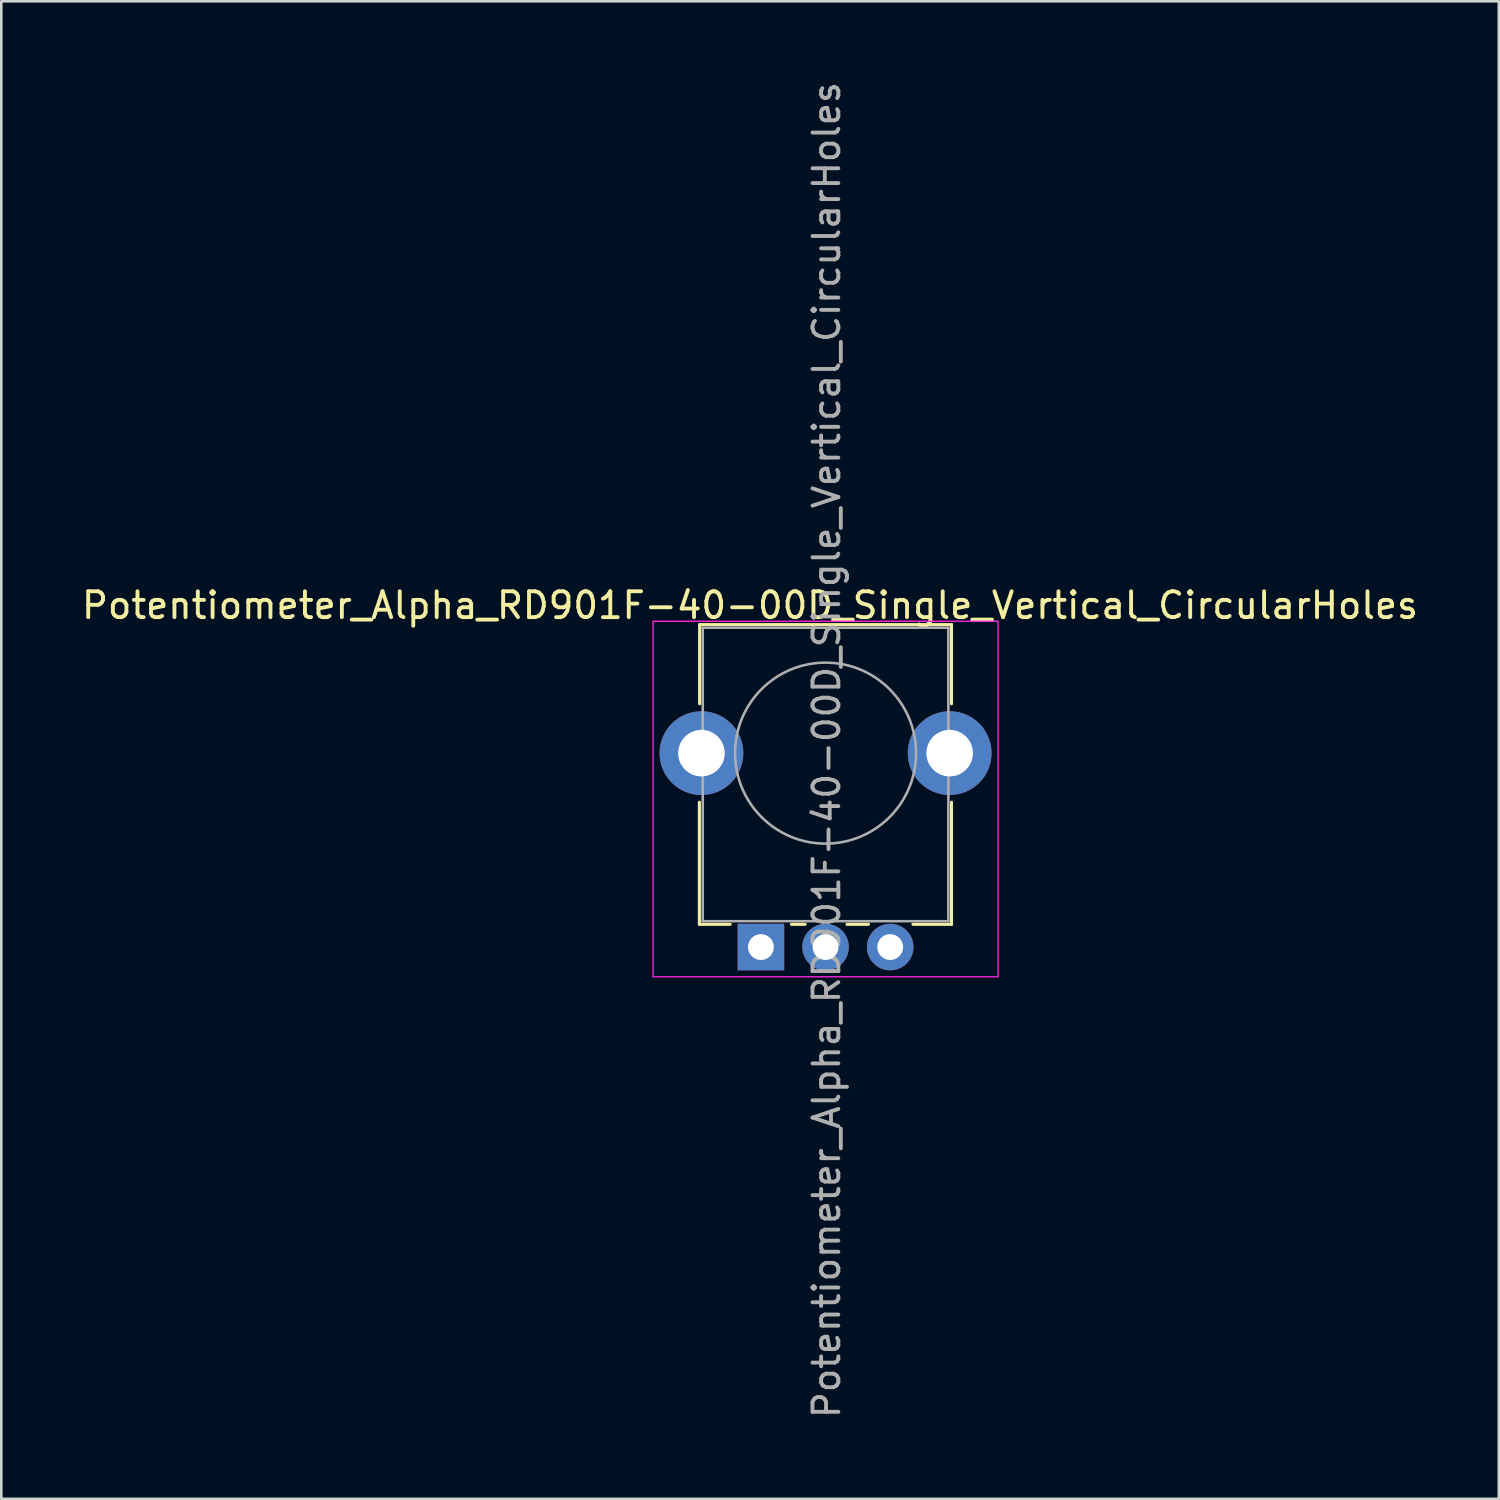
<source format=kicad_pcb>
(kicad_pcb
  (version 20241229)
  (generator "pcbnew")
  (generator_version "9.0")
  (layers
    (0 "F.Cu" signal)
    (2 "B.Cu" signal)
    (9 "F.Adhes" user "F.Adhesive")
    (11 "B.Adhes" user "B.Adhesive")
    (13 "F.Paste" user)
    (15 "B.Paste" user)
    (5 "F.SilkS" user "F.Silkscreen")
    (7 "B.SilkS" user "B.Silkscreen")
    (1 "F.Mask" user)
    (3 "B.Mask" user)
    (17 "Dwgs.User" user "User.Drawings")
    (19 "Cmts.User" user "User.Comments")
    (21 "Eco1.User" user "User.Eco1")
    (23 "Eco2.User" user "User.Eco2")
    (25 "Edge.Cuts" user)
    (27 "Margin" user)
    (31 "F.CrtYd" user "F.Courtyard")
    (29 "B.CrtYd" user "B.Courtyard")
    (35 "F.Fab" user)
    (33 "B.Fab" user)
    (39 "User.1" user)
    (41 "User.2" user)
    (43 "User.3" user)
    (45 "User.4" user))
  (footprint "Potentiometer_Alpha_RD901F-40-00D_Single_Vertical_CircularHoles"
    (layer "F.Cu")
    (at 28.879 26.078)
    (property "Reference" "Potentiometer_Alpha_RD901F-40-00D_Single_Vertical_CircularHoles" (at -2.921 -5.715 0) (layer "F.SilkS") (effects (font (size 1 1) (thickness 0.15))))
    (attr through_hole)
    (fp_line (start -4.88 6.62) (end -4.88 1.9) (stroke (width 0.12) (type solid)) (layer "F.SilkS"))
    (fp_line (start -4.87 -1.91) (end -4.87 -4.97) (stroke (width 0.12) (type solid)) (layer "F.SilkS"))
    (fp_line (start -3.69 6.62) (end -4.87 6.62) (stroke (width 0.12) (type solid)) (layer "F.SilkS"))
    (fp_line (start -0.79 6.62) (end -1.32 6.62) (stroke (width 0.12) (type solid)) (layer "F.SilkS"))
    (fp_line (start 1.66 6.62) (end 0.83 6.62) (stroke (width 0.12) (type solid)) (layer "F.SilkS"))
    (fp_line (start 4.87 -4.97) (end -4.87 -4.97) (stroke (width 0.12) (type solid)) (layer "F.SilkS"))
    (fp_line (start 4.87 -1.91) (end 4.87 -4.97) (stroke (width 0.12) (type solid)) (layer "F.SilkS"))
    (fp_line (start 4.87 6.62) (end 3.38 6.62) (stroke (width 0.12) (type solid)) (layer "F.SilkS"))
    (fp_line (start 4.87 6.62) (end 4.87 1.9) (stroke (width 0.12) (type solid)) (layer "F.SilkS"))
    (fp_line (start -6.67 -5.1) (end -6.67 8.65) (stroke (width 0.05) (type solid)) (layer "F.CrtYd"))
    (fp_line (start -6.67 8.65) (end 6.67 8.65) (stroke (width 0.05) (type solid)) (layer "F.CrtYd"))
    (fp_line (start 6.67 -5.1) (end -6.67 -5.1) (stroke (width 0.05) (type solid)) (layer "F.CrtYd"))
    (fp_line (start 6.67 8.65) (end 6.67 -5.1) (stroke (width 0.05) (type solid)) (layer "F.CrtYd"))
    (fp_line (start -4.75 6.5) (end -4.75 -4.85) (stroke (width 0.1) (type solid)) (layer "F.Fab"))
    (fp_line (start 4.75 -4.85) (end -4.75 -4.85) (stroke (width 0.1) (type solid)) (layer "F.Fab"))
    (fp_line (start 4.75 6.5) (end -4.75 6.5) (stroke (width 0.1) (type solid)) (layer "F.Fab"))
    (fp_line (start 4.75 6.5) (end 4.75 -4.85) (stroke (width 0.1) (type solid)) (layer "F.Fab"))
    (fp_circle (center 0 0) (end -3.5 0) (stroke (width 0.1) (type solid)) (fill no) (layer "F.Fab"))
    (fp_text user "${REFERENCE}" (at 0.04 -0.12 90) (layer "F.Fab") (effects (font (size 1 1) (thickness 0.15))))
    (pad "" thru_hole circle (at -4.8 0 180) (size 3.24 3.24) (drill 1.8) (layers "*.Cu" "*.Mask"))
    (pad "" thru_hole circle (at 4.8 0 180) (size 3.24 3.24) (drill 1.8) (layers "*.Cu" "*.Mask"))
    (pad "1" thru_hole rect (at -2.5 7.5 180) (size 1.8 1.8) (drill 1) (layers "*.Cu" "*.Mask"))
    (pad "2" thru_hole circle (at 0 7.5 180) (size 1.8 1.8) (drill 1) (layers "*.Cu" "*.Mask"))
    (pad "3" thru_hole circle (at 2.5 7.5 180) (size 1.8 1.8) (drill 1) (layers "*.Cu" "*.Mask")))
  (gr_rect
    (start -3 -3)
    (end 54.917 54.917)
    (stroke (width 0.1) (type default))
    (fill no)
    (layer "Edge.Cuts")))
</source>
